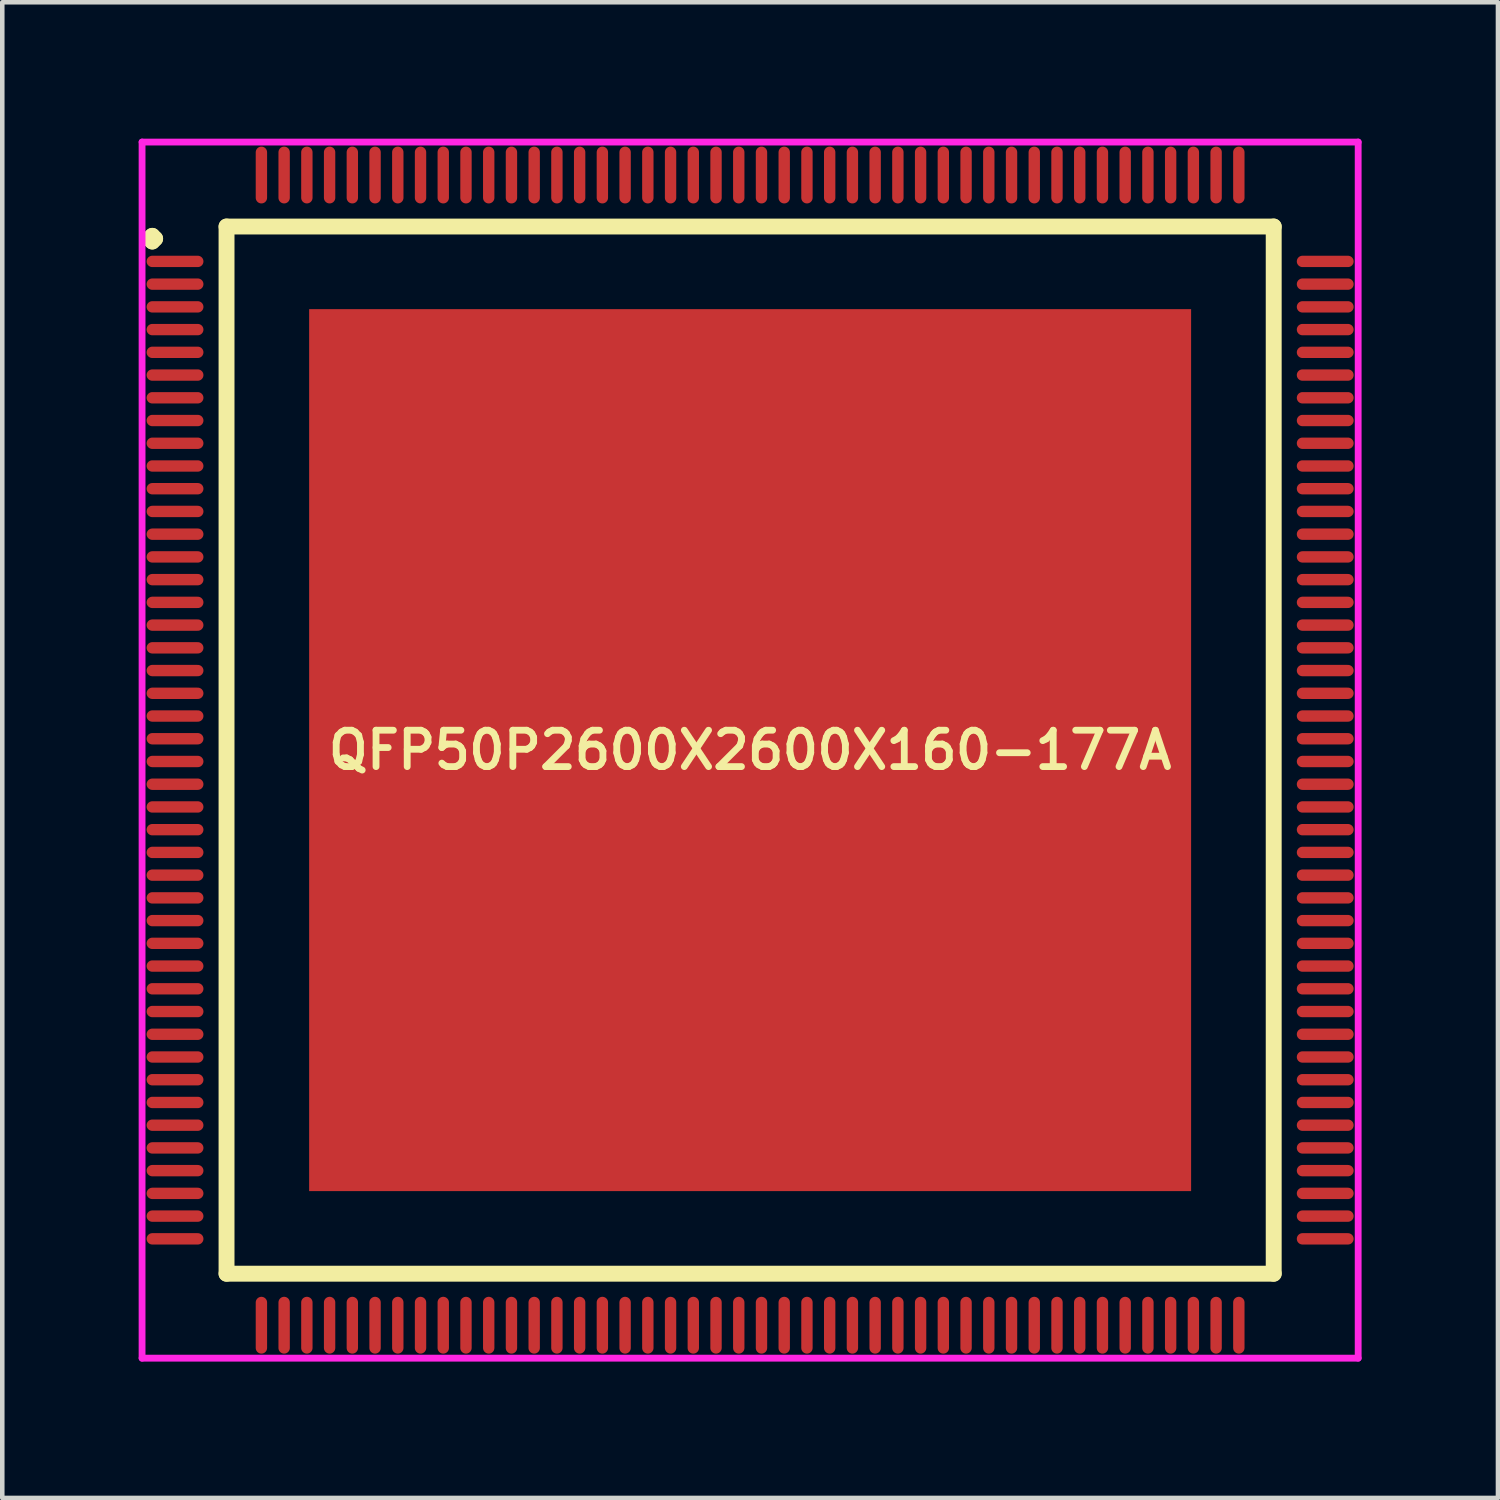
<source format=kicad_pcb>
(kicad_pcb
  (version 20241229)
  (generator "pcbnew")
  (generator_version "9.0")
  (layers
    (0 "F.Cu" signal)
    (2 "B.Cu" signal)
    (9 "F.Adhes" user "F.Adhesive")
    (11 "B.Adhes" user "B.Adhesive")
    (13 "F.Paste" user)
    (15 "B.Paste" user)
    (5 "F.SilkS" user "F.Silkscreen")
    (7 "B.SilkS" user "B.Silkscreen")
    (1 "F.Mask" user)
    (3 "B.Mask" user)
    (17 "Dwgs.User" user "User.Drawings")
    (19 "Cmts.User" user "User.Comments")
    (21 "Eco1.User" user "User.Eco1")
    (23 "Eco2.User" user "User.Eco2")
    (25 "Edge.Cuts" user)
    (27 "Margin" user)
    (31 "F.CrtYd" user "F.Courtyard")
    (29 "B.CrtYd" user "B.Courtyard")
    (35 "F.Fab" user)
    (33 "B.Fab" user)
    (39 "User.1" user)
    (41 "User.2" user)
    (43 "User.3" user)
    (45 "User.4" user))
  (footprint "QFP50P2600X2600X160-177A"
    (layer "F.Cu")
    (at 13.45 13.45)
    (property "Reference" "QFP50P2600X2600X160-177A" (at 0 0 0) (layer "F.SilkS") (effects (font (size 0.8 0.8) (thickness 0.15))))
    (attr smd)
    (fp_line (start -13.213 -11.25) (end -13.15 -11.312) (stroke (width 0.35) (type solid)) (layer "F.SilkS"))
    (fp_line (start -13.15 -11.312) (end -13.088 -11.25) (stroke (width 0.35) (type solid)) (layer "F.SilkS"))
    (fp_line (start -13.15 -11.188) (end -13.213 -11.25) (stroke (width 0.35) (type solid)) (layer "F.SilkS"))
    (fp_line (start -13.088 -11.25) (end -13.15 -11.188) (stroke (width 0.35) (type solid)) (layer "F.SilkS"))
    (fp_line (start -11.517 -11.517) (end -11.517 11.517) (stroke (width 0.35) (type solid)) (layer "F.SilkS"))
    (fp_line (start -11.517 11.517) (end 11.517 11.517) (stroke (width 0.35) (type solid)) (layer "F.SilkS"))
    (fp_line (start 11.517 -11.517) (end -11.517 -11.517) (stroke (width 0.35) (type solid)) (layer "F.SilkS"))
    (fp_line (start 11.517 11.517) (end 11.517 -11.517) (stroke (width 0.35) (type solid)) (layer "F.SilkS"))
    (fp_line (start -13.375 -13.375) (end 13.375 -13.375) (stroke (width 0.15) (type solid)) (layer "F.CrtYd"))
    (fp_line (start -13.375 13.375) (end -13.375 -13.375) (stroke (width 0.15) (type solid)) (layer "F.CrtYd"))
    (fp_line (start 13.375 -13.375) (end 13.375 13.375) (stroke (width 0.15) (type solid)) (layer "F.CrtYd"))
    (fp_line (start 13.375 13.375) (end -13.375 13.375) (stroke (width 0.15) (type solid)) (layer "F.CrtYd"))
    (pad "1" smd oval (at -12.65 -10.75) (size 1.25 0.25) (layers "F.Cu" "F.Mask" "F.Paste"))
    (pad "2" smd oval (at -12.65 -10.25) (size 1.25 0.25) (layers "F.Cu" "F.Mask" "F.Paste"))
    (pad "3" smd oval (at -12.65 -9.75) (size 1.25 0.25) (layers "F.Cu" "F.Mask" "F.Paste"))
    (pad "4" smd oval (at -12.65 -9.25) (size 1.25 0.25) (layers "F.Cu" "F.Mask" "F.Paste"))
    (pad "5" smd oval (at -12.65 -8.75) (size 1.25 0.25) (layers "F.Cu" "F.Mask" "F.Paste"))
    (pad "6" smd oval (at -12.65 -8.25) (size 1.25 0.25) (layers "F.Cu" "F.Mask" "F.Paste"))
    (pad "7" smd oval (at -12.65 -7.75) (size 1.25 0.25) (layers "F.Cu" "F.Mask" "F.Paste"))
    (pad "8" smd oval (at -12.65 -7.25) (size 1.25 0.25) (layers "F.Cu" "F.Mask" "F.Paste"))
    (pad "9" smd oval (at -12.65 -6.75) (size 1.25 0.25) (layers "F.Cu" "F.Mask" "F.Paste"))
    (pad "10" smd oval (at -12.65 -6.25) (size 1.25 0.25) (layers "F.Cu" "F.Mask" "F.Paste"))
    (pad "11" smd oval (at -12.65 -5.75) (size 1.25 0.25) (layers "F.Cu" "F.Mask" "F.Paste"))
    (pad "12" smd oval (at -12.65 -5.25) (size 1.25 0.25) (layers "F.Cu" "F.Mask" "F.Paste"))
    (pad "13" smd oval (at -12.65 -4.75) (size 1.25 0.25) (layers "F.Cu" "F.Mask" "F.Paste"))
    (pad "14" smd oval (at -12.65 -4.25) (size 1.25 0.25) (layers "F.Cu" "F.Mask" "F.Paste"))
    (pad "15" smd oval (at -12.65 -3.75) (size 1.25 0.25) (layers "F.Cu" "F.Mask" "F.Paste"))
    (pad "16" smd oval (at -12.65 -3.25) (size 1.25 0.25) (layers "F.Cu" "F.Mask" "F.Paste"))
    (pad "17" smd oval (at -12.65 -2.75) (size 1.25 0.25) (layers "F.Cu" "F.Mask" "F.Paste"))
    (pad "18" smd oval (at -12.65 -2.25) (size 1.25 0.25) (layers "F.Cu" "F.Mask" "F.Paste"))
    (pad "19" smd oval (at -12.65 -1.75) (size 1.25 0.25) (layers "F.Cu" "F.Mask" "F.Paste"))
    (pad "20" smd oval (at -12.65 -1.25) (size 1.25 0.25) (layers "F.Cu" "F.Mask" "F.Paste"))
    (pad "21" smd oval (at -12.65 -0.75) (size 1.25 0.25) (layers "F.Cu" "F.Mask" "F.Paste"))
    (pad "22" smd oval (at -12.65 -0.25) (size 1.25 0.25) (layers "F.Cu" "F.Mask" "F.Paste"))
    (pad "23" smd oval (at -12.65 0.25) (size 1.25 0.25) (layers "F.Cu" "F.Mask" "F.Paste"))
    (pad "24" smd oval (at -12.65 0.75) (size 1.25 0.25) (layers "F.Cu" "F.Mask" "F.Paste"))
    (pad "25" smd oval (at -12.65 1.25) (size 1.25 0.25) (layers "F.Cu" "F.Mask" "F.Paste"))
    (pad "26" smd oval (at -12.65 1.75) (size 1.25 0.25) (layers "F.Cu" "F.Mask" "F.Paste"))
    (pad "27" smd oval (at -12.65 2.25) (size 1.25 0.25) (layers "F.Cu" "F.Mask" "F.Paste"))
    (pad "28" smd oval (at -12.65 2.75) (size 1.25 0.25) (layers "F.Cu" "F.Mask" "F.Paste"))
    (pad "29" smd oval (at -12.65 3.25) (size 1.25 0.25) (layers "F.Cu" "F.Mask" "F.Paste"))
    (pad "30" smd oval (at -12.65 3.75) (size 1.25 0.25) (layers "F.Cu" "F.Mask" "F.Paste"))
    (pad "31" smd oval (at -12.65 4.25) (size 1.25 0.25) (layers "F.Cu" "F.Mask" "F.Paste"))
    (pad "32" smd oval (at -12.65 4.75) (size 1.25 0.25) (layers "F.Cu" "F.Mask" "F.Paste"))
    (pad "33" smd oval (at -12.65 5.25) (size 1.25 0.25) (layers "F.Cu" "F.Mask" "F.Paste"))
    (pad "34" smd oval (at -12.65 5.75) (size 1.25 0.25) (layers "F.Cu" "F.Mask" "F.Paste"))
    (pad "35" smd oval (at -12.65 6.25) (size 1.25 0.25) (layers "F.Cu" "F.Mask" "F.Paste"))
    (pad "36" smd oval (at -12.65 6.75) (size 1.25 0.25) (layers "F.Cu" "F.Mask" "F.Paste"))
    (pad "37" smd oval (at -12.65 7.25) (size 1.25 0.25) (layers "F.Cu" "F.Mask" "F.Paste"))
    (pad "38" smd oval (at -12.65 7.75) (size 1.25 0.25) (layers "F.Cu" "F.Mask" "F.Paste"))
    (pad "39" smd oval (at -12.65 8.25) (size 1.25 0.25) (layers "F.Cu" "F.Mask" "F.Paste"))
    (pad "40" smd oval (at -12.65 8.75) (size 1.25 0.25) (layers "F.Cu" "F.Mask" "F.Paste"))
    (pad "41" smd oval (at -12.65 9.25) (size 1.25 0.25) (layers "F.Cu" "F.Mask" "F.Paste"))
    (pad "42" smd oval (at -12.65 9.75) (size 1.25 0.25) (layers "F.Cu" "F.Mask" "F.Paste"))
    (pad "43" smd oval (at -12.65 10.25) (size 1.25 0.25) (layers "F.Cu" "F.Mask" "F.Paste"))
    (pad "44" smd oval (at -12.65 10.75) (size 1.25 0.25) (layers "F.Cu" "F.Mask" "F.Paste"))
    (pad "45" smd oval (at -10.75 12.65) (size 0.25 1.25) (layers "F.Cu" "F.Mask" "F.Paste"))
    (pad "46" smd oval (at -10.25 12.65) (size 0.25 1.25) (layers "F.Cu" "F.Mask" "F.Paste"))
    (pad "47" smd oval (at -9.75 12.65) (size 0.25 1.25) (layers "F.Cu" "F.Mask" "F.Paste"))
    (pad "48" smd oval (at -9.25 12.65) (size 0.25 1.25) (layers "F.Cu" "F.Mask" "F.Paste"))
    (pad "49" smd oval (at -8.75 12.65) (size 0.25 1.25) (layers "F.Cu" "F.Mask" "F.Paste"))
    (pad "50" smd oval (at -8.25 12.65) (size 0.25 1.25) (layers "F.Cu" "F.Mask" "F.Paste"))
    (pad "51" smd oval (at -7.75 12.65) (size 0.25 1.25) (layers "F.Cu" "F.Mask" "F.Paste"))
    (pad "52" smd oval (at -7.25 12.65) (size 0.25 1.25) (layers "F.Cu" "F.Mask" "F.Paste"))
    (pad "53" smd oval (at -6.75 12.65) (size 0.25 1.25) (layers "F.Cu" "F.Mask" "F.Paste"))
    (pad "54" smd oval (at -6.25 12.65) (size 0.25 1.25) (layers "F.Cu" "F.Mask" "F.Paste"))
    (pad "55" smd oval (at -5.75 12.65) (size 0.25 1.25) (layers "F.Cu" "F.Mask" "F.Paste"))
    (pad "56" smd oval (at -5.25 12.65) (size 0.25 1.25) (layers "F.Cu" "F.Mask" "F.Paste"))
    (pad "57" smd oval (at -4.75 12.65) (size 0.25 1.25) (layers "F.Cu" "F.Mask" "F.Paste"))
    (pad "58" smd oval (at -4.25 12.65) (size 0.25 1.25) (layers "F.Cu" "F.Mask" "F.Paste"))
    (pad "59" smd oval (at -3.75 12.65) (size 0.25 1.25) (layers "F.Cu" "F.Mask" "F.Paste"))
    (pad "60" smd oval (at -3.25 12.65) (size 0.25 1.25) (layers "F.Cu" "F.Mask" "F.Paste"))
    (pad "61" smd oval (at -2.75 12.65) (size 0.25 1.25) (layers "F.Cu" "F.Mask" "F.Paste"))
    (pad "62" smd oval (at -2.25 12.65) (size 0.25 1.25) (layers "F.Cu" "F.Mask" "F.Paste"))
    (pad "63" smd oval (at -1.75 12.65) (size 0.25 1.25) (layers "F.Cu" "F.Mask" "F.Paste"))
    (pad "64" smd oval (at -1.25 12.65) (size 0.25 1.25) (layers "F.Cu" "F.Mask" "F.Paste"))
    (pad "65" smd oval (at -0.75 12.65) (size 0.25 1.25) (layers "F.Cu" "F.Mask" "F.Paste"))
    (pad "66" smd oval (at -0.25 12.65) (size 0.25 1.25) (layers "F.Cu" "F.Mask" "F.Paste"))
    (pad "67" smd oval (at 0.25 12.65) (size 0.25 1.25) (layers "F.Cu" "F.Mask" "F.Paste"))
    (pad "68" smd oval (at 0.75 12.65) (size 0.25 1.25) (layers "F.Cu" "F.Mask" "F.Paste"))
    (pad "69" smd oval (at 1.25 12.65) (size 0.25 1.25) (layers "F.Cu" "F.Mask" "F.Paste"))
    (pad "70" smd oval (at 1.75 12.65) (size 0.25 1.25) (layers "F.Cu" "F.Mask" "F.Paste"))
    (pad "71" smd oval (at 2.25 12.65) (size 0.25 1.25) (layers "F.Cu" "F.Mask" "F.Paste"))
    (pad "72" smd oval (at 2.75 12.65) (size 0.25 1.25) (layers "F.Cu" "F.Mask" "F.Paste"))
    (pad "73" smd oval (at 3.25 12.65) (size 0.25 1.25) (layers "F.Cu" "F.Mask" "F.Paste"))
    (pad "74" smd oval (at 3.75 12.65) (size 0.25 1.25) (layers "F.Cu" "F.Mask" "F.Paste"))
    (pad "75" smd oval (at 4.25 12.65) (size 0.25 1.25) (layers "F.Cu" "F.Mask" "F.Paste"))
    (pad "76" smd oval (at 4.75 12.65) (size 0.25 1.25) (layers "F.Cu" "F.Mask" "F.Paste"))
    (pad "77" smd oval (at 5.25 12.65) (size 0.25 1.25) (layers "F.Cu" "F.Mask" "F.Paste"))
    (pad "78" smd oval (at 5.75 12.65) (size 0.25 1.25) (layers "F.Cu" "F.Mask" "F.Paste"))
    (pad "79" smd oval (at 6.25 12.65) (size 0.25 1.25) (layers "F.Cu" "F.Mask" "F.Paste"))
    (pad "80" smd oval (at 6.75 12.65) (size 0.25 1.25) (layers "F.Cu" "F.Mask" "F.Paste"))
    (pad "81" smd oval (at 7.25 12.65) (size 0.25 1.25) (layers "F.Cu" "F.Mask" "F.Paste"))
    (pad "82" smd oval (at 7.75 12.65) (size 0.25 1.25) (layers "F.Cu" "F.Mask" "F.Paste"))
    (pad "83" smd oval (at 8.25 12.65) (size 0.25 1.25) (layers "F.Cu" "F.Mask" "F.Paste"))
    (pad "84" smd oval (at 8.75 12.65) (size 0.25 1.25) (layers "F.Cu" "F.Mask" "F.Paste"))
    (pad "85" smd oval (at 9.25 12.65) (size 0.25 1.25) (layers "F.Cu" "F.Mask" "F.Paste"))
    (pad "86" smd oval (at 9.75 12.65) (size 0.25 1.25) (layers "F.Cu" "F.Mask" "F.Paste"))
    (pad "87" smd oval (at 10.25 12.65) (size 0.25 1.25) (layers "F.Cu" "F.Mask" "F.Paste"))
    (pad "88" smd oval (at 10.75 12.65) (size 0.25 1.25) (layers "F.Cu" "F.Mask" "F.Paste"))
    (pad "89" smd oval (at 12.65 10.75) (size 1.25 0.25) (layers "F.Cu" "F.Mask" "F.Paste"))
    (pad "90" smd oval (at 12.65 10.25) (size 1.25 0.25) (layers "F.Cu" "F.Mask" "F.Paste"))
    (pad "91" smd oval (at 12.65 9.75) (size 1.25 0.25) (layers "F.Cu" "F.Mask" "F.Paste"))
    (pad "92" smd oval (at 12.65 9.25) (size 1.25 0.25) (layers "F.Cu" "F.Mask" "F.Paste"))
    (pad "93" smd oval (at 12.65 8.75) (size 1.25 0.25) (layers "F.Cu" "F.Mask" "F.Paste"))
    (pad "94" smd oval (at 12.65 8.25) (size 1.25 0.25) (layers "F.Cu" "F.Mask" "F.Paste"))
    (pad "95" smd oval (at 12.65 7.75) (size 1.25 0.25) (layers "F.Cu" "F.Mask" "F.Paste"))
    (pad "96" smd oval (at 12.65 7.25) (size 1.25 0.25) (layers "F.Cu" "F.Mask" "F.Paste"))
    (pad "97" smd oval (at 12.65 6.75) (size 1.25 0.25) (layers "F.Cu" "F.Mask" "F.Paste"))
    (pad "98" smd oval (at 12.65 6.25) (size 1.25 0.25) (layers "F.Cu" "F.Mask" "F.Paste"))
    (pad "99" smd oval (at 12.65 5.75) (size 1.25 0.25) (layers "F.Cu" "F.Mask" "F.Paste"))
    (pad "100" smd oval (at 12.65 5.25) (size 1.25 0.25) (layers "F.Cu" "F.Mask" "F.Paste"))
    (pad "101" smd oval (at 12.65 4.75) (size 1.25 0.25) (layers "F.Cu" "F.Mask" "F.Paste"))
    (pad "102" smd oval (at 12.65 4.25) (size 1.25 0.25) (layers "F.Cu" "F.Mask" "F.Paste"))
    (pad "103" smd oval (at 12.65 3.75) (size 1.25 0.25) (layers "F.Cu" "F.Mask" "F.Paste"))
    (pad "104" smd oval (at 12.65 3.25) (size 1.25 0.25) (layers "F.Cu" "F.Mask" "F.Paste"))
    (pad "105" smd oval (at 12.65 2.75) (size 1.25 0.25) (layers "F.Cu" "F.Mask" "F.Paste"))
    (pad "106" smd oval (at 12.65 2.25) (size 1.25 0.25) (layers "F.Cu" "F.Mask" "F.Paste"))
    (pad "107" smd oval (at 12.65 1.75) (size 1.25 0.25) (layers "F.Cu" "F.Mask" "F.Paste"))
    (pad "108" smd oval (at 12.65 1.25) (size 1.25 0.25) (layers "F.Cu" "F.Mask" "F.Paste"))
    (pad "109" smd oval (at 12.65 0.75) (size 1.25 0.25) (layers "F.Cu" "F.Mask" "F.Paste"))
    (pad "110" smd oval (at 12.65 0.25) (size 1.25 0.25) (layers "F.Cu" "F.Mask" "F.Paste"))
    (pad "111" smd oval (at 12.65 -0.25) (size 1.25 0.25) (layers "F.Cu" "F.Mask" "F.Paste"))
    (pad "112" smd oval (at 12.65 -0.75) (size 1.25 0.25) (layers "F.Cu" "F.Mask" "F.Paste"))
    (pad "113" smd oval (at 12.65 -1.25) (size 1.25 0.25) (layers "F.Cu" "F.Mask" "F.Paste"))
    (pad "114" smd oval (at 12.65 -1.75) (size 1.25 0.25) (layers "F.Cu" "F.Mask" "F.Paste"))
    (pad "115" smd oval (at 12.65 -2.25) (size 1.25 0.25) (layers "F.Cu" "F.Mask" "F.Paste"))
    (pad "116" smd oval (at 12.65 -2.75) (size 1.25 0.25) (layers "F.Cu" "F.Mask" "F.Paste"))
    (pad "117" smd oval (at 12.65 -3.25) (size 1.25 0.25) (layers "F.Cu" "F.Mask" "F.Paste"))
    (pad "118" smd oval (at 12.65 -3.75) (size 1.25 0.25) (layers "F.Cu" "F.Mask" "F.Paste"))
    (pad "119" smd oval (at 12.65 -4.25) (size 1.25 0.25) (layers "F.Cu" "F.Mask" "F.Paste"))
    (pad "120" smd oval (at 12.65 -4.75) (size 1.25 0.25) (layers "F.Cu" "F.Mask" "F.Paste"))
    (pad "121" smd oval (at 12.65 -5.25) (size 1.25 0.25) (layers "F.Cu" "F.Mask" "F.Paste"))
    (pad "122" smd oval (at 12.65 -5.75) (size 1.25 0.25) (layers "F.Cu" "F.Mask" "F.Paste"))
    (pad "123" smd oval (at 12.65 -6.25) (size 1.25 0.25) (layers "F.Cu" "F.Mask" "F.Paste"))
    (pad "124" smd oval (at 12.65 -6.75) (size 1.25 0.25) (layers "F.Cu" "F.Mask" "F.Paste"))
    (pad "125" smd oval (at 12.65 -7.25) (size 1.25 0.25) (layers "F.Cu" "F.Mask" "F.Paste"))
    (pad "126" smd oval (at 12.65 -7.75) (size 1.25 0.25) (layers "F.Cu" "F.Mask" "F.Paste"))
    (pad "127" smd oval (at 12.65 -8.25) (size 1.25 0.25) (layers "F.Cu" "F.Mask" "F.Paste"))
    (pad "128" smd oval (at 12.65 -8.75) (size 1.25 0.25) (layers "F.Cu" "F.Mask" "F.Paste"))
    (pad "129" smd oval (at 12.65 -9.25) (size 1.25 0.25) (layers "F.Cu" "F.Mask" "F.Paste"))
    (pad "130" smd oval (at 12.65 -9.75) (size 1.25 0.25) (layers "F.Cu" "F.Mask" "F.Paste"))
    (pad "131" smd oval (at 12.65 -10.25) (size 1.25 0.25) (layers "F.Cu" "F.Mask" "F.Paste"))
    (pad "132" smd oval (at 12.65 -10.75) (size 1.25 0.25) (layers "F.Cu" "F.Mask" "F.Paste"))
    (pad "133" smd oval (at 10.75 -12.65) (size 0.25 1.25) (layers "F.Cu" "F.Mask" "F.Paste"))
    (pad "134" smd oval (at 10.25 -12.65) (size 0.25 1.25) (layers "F.Cu" "F.Mask" "F.Paste"))
    (pad "135" smd oval (at 9.75 -12.65) (size 0.25 1.25) (layers "F.Cu" "F.Mask" "F.Paste"))
    (pad "136" smd oval (at 9.25 -12.65) (size 0.25 1.25) (layers "F.Cu" "F.Mask" "F.Paste"))
    (pad "137" smd oval (at 8.75 -12.65) (size 0.25 1.25) (layers "F.Cu" "F.Mask" "F.Paste"))
    (pad "138" smd oval (at 8.25 -12.65) (size 0.25 1.25) (layers "F.Cu" "F.Mask" "F.Paste"))
    (pad "139" smd oval (at 7.75 -12.65) (size 0.25 1.25) (layers "F.Cu" "F.Mask" "F.Paste"))
    (pad "140" smd oval (at 7.25 -12.65) (size 0.25 1.25) (layers "F.Cu" "F.Mask" "F.Paste"))
    (pad "141" smd oval (at 6.75 -12.65) (size 0.25 1.25) (layers "F.Cu" "F.Mask" "F.Paste"))
    (pad "142" smd oval (at 6.25 -12.65) (size 0.25 1.25) (layers "F.Cu" "F.Mask" "F.Paste"))
    (pad "143" smd oval (at 5.75 -12.65) (size 0.25 1.25) (layers "F.Cu" "F.Mask" "F.Paste"))
    (pad "144" smd oval (at 5.25 -12.65) (size 0.25 1.25) (layers "F.Cu" "F.Mask" "F.Paste"))
    (pad "145" smd oval (at 4.75 -12.65) (size 0.25 1.25) (layers "F.Cu" "F.Mask" "F.Paste"))
    (pad "146" smd oval (at 4.25 -12.65) (size 0.25 1.25) (layers "F.Cu" "F.Mask" "F.Paste"))
    (pad "147" smd oval (at 3.75 -12.65) (size 0.25 1.25) (layers "F.Cu" "F.Mask" "F.Paste"))
    (pad "148" smd oval (at 3.25 -12.65) (size 0.25 1.25) (layers "F.Cu" "F.Mask" "F.Paste"))
    (pad "149" smd oval (at 2.75 -12.65) (size 0.25 1.25) (layers "F.Cu" "F.Mask" "F.Paste"))
    (pad "150" smd oval (at 2.25 -12.65) (size 0.25 1.25) (layers "F.Cu" "F.Mask" "F.Paste"))
    (pad "151" smd oval (at 1.75 -12.65) (size 0.25 1.25) (layers "F.Cu" "F.Mask" "F.Paste"))
    (pad "152" smd oval (at 1.25 -12.65) (size 0.25 1.25) (layers "F.Cu" "F.Mask" "F.Paste"))
    (pad "153" smd oval (at 0.75 -12.65) (size 0.25 1.25) (layers "F.Cu" "F.Mask" "F.Paste"))
    (pad "154" smd oval (at 0.25 -12.65) (size 0.25 1.25) (layers "F.Cu" "F.Mask" "F.Paste"))
    (pad "155" smd oval (at -0.25 -12.65) (size 0.25 1.25) (layers "F.Cu" "F.Mask" "F.Paste"))
    (pad "156" smd oval (at -0.75 -12.65) (size 0.25 1.25) (layers "F.Cu" "F.Mask" "F.Paste"))
    (pad "157" smd oval (at -1.25 -12.65) (size 0.25 1.25) (layers "F.Cu" "F.Mask" "F.Paste"))
    (pad "158" smd oval (at -1.75 -12.65) (size 0.25 1.25) (layers "F.Cu" "F.Mask" "F.Paste"))
    (pad "159" smd oval (at -2.25 -12.65) (size 0.25 1.25) (layers "F.Cu" "F.Mask" "F.Paste"))
    (pad "160" smd oval (at -2.75 -12.65) (size 0.25 1.25) (layers "F.Cu" "F.Mask" "F.Paste"))
    (pad "161" smd oval (at -3.25 -12.65) (size 0.25 1.25) (layers "F.Cu" "F.Mask" "F.Paste"))
    (pad "162" smd oval (at -3.75 -12.65) (size 0.25 1.25) (layers "F.Cu" "F.Mask" "F.Paste"))
    (pad "163" smd oval (at -4.25 -12.65) (size 0.25 1.25) (layers "F.Cu" "F.Mask" "F.Paste"))
    (pad "164" smd oval (at -4.75 -12.65) (size 0.25 1.25) (layers "F.Cu" "F.Mask" "F.Paste"))
    (pad "165" smd oval (at -5.25 -12.65) (size 0.25 1.25) (layers "F.Cu" "F.Mask" "F.Paste"))
    (pad "166" smd oval (at -5.75 -12.65) (size 0.25 1.25) (layers "F.Cu" "F.Mask" "F.Paste"))
    (pad "167" smd oval (at -6.25 -12.65) (size 0.25 1.25) (layers "F.Cu" "F.Mask" "F.Paste"))
    (pad "168" smd oval (at -6.75 -12.65) (size 0.25 1.25) (layers "F.Cu" "F.Mask" "F.Paste"))
    (pad "169" smd oval (at -7.25 -12.65) (size 0.25 1.25) (layers "F.Cu" "F.Mask" "F.Paste"))
    (pad "170" smd oval (at -7.75 -12.65) (size 0.25 1.25) (layers "F.Cu" "F.Mask" "F.Paste"))
    (pad "171" smd oval (at -8.25 -12.65) (size 0.25 1.25) (layers "F.Cu" "F.Mask" "F.Paste"))
    (pad "172" smd oval (at -8.75 -12.65) (size 0.25 1.25) (layers "F.Cu" "F.Mask" "F.Paste"))
    (pad "173" smd oval (at -9.25 -12.65) (size 0.25 1.25) (layers "F.Cu" "F.Mask" "F.Paste"))
    (pad "174" smd oval (at -9.75 -12.65) (size 0.25 1.25) (layers "F.Cu" "F.Mask" "F.Paste"))
    (pad "175" smd oval (at -10.25 -12.65) (size 0.25 1.25) (layers "F.Cu" "F.Mask" "F.Paste"))
    (pad "176" smd oval (at -10.75 -12.65) (size 0.25 1.25) (layers "F.Cu" "F.Mask" "F.Paste"))
    (pad "177" smd rect (at 0 0) (size 19.4 19.4) (layers "F.Cu" "F.Mask" "F.Paste")))
  (gr_rect
    (start -3 -3)
    (end 29.9 29.9)
    (stroke (width 0.1) (type default))
    (fill no)
    (layer "Edge.Cuts")))
</source>
